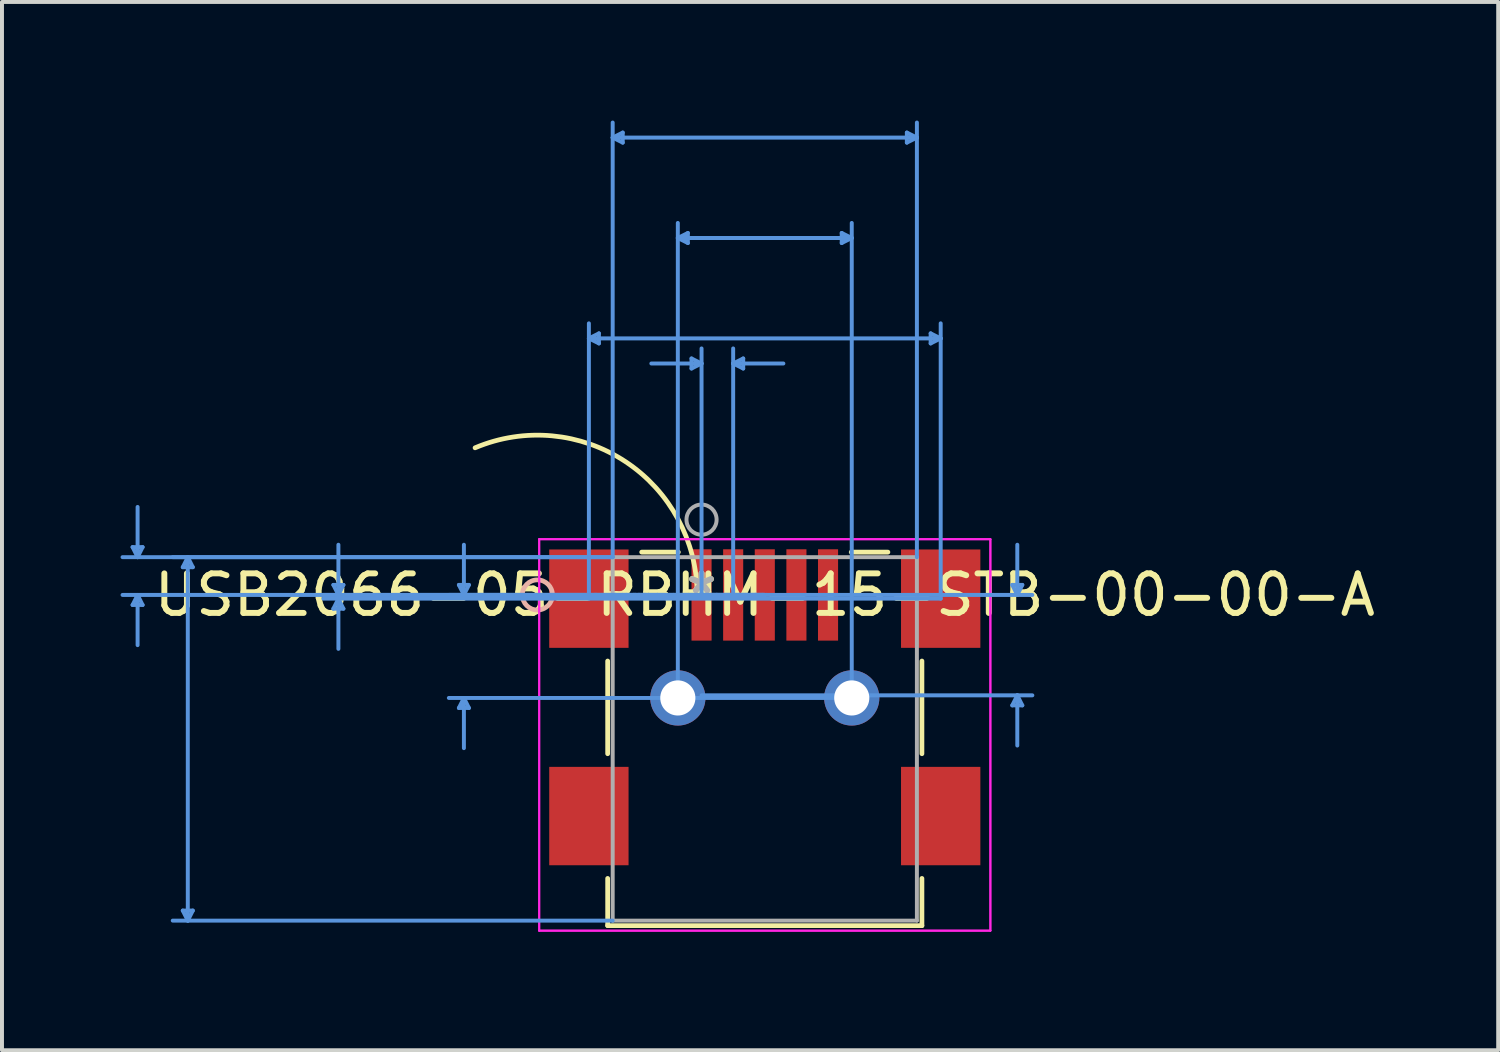
<source format=kicad_pcb>
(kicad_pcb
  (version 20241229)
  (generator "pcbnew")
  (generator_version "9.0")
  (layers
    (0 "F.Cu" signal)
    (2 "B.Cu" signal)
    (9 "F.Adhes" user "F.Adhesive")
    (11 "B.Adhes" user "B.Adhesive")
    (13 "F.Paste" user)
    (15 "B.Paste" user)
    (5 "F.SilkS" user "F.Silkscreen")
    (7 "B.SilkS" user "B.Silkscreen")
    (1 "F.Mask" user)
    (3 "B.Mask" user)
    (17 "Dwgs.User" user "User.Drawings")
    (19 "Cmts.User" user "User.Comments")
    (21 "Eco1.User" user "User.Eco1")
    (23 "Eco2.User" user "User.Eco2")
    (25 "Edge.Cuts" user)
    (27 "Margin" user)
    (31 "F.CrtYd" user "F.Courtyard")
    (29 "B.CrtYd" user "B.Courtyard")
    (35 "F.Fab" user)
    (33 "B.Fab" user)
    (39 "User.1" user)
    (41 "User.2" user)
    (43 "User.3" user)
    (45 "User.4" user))
  (footprint "USB2066-05-RBHM-15-STB-00-00-A"
    (layer "F.Cu")
    (at 14.698 12.001)
    (property "Reference" "USB2066-05-RBHM-15-STB-00-00-A" (at 1.6 0 0) (layer "F.SilkS") (effects (font (size 1 1) (thickness 0.15))))
    (attr through_hole)
    (fp_line (start -2.375 1.672) (end -2.375 4.017) (stroke (width 0.12) (type solid)) (layer "F.SilkS"))
    (fp_line (start -2.375 7.172) (end -2.375 8.366) (stroke (width 0.12) (type solid)) (layer "F.SilkS"))
    (fp_line (start -2.375 8.366) (end 5.575 8.366) (stroke (width 0.12) (type solid)) (layer "F.SilkS"))
    (fp_line (start -0.587 -1.083) (end -1.514 -1.083) (stroke (width 0.12) (type solid)) (layer "F.SilkS"))
    (fp_line (start 4.714 -1.083) (end 3.787 -1.083) (stroke (width 0.12) (type solid)) (layer "F.SilkS"))
    (fp_line (start 5.575 4.017) (end 5.575 1.672) (stroke (width 0.12) (type solid)) (layer "F.SilkS"))
    (fp_line (start 5.575 8.366) (end 5.575 7.172) (stroke (width 0.12) (type solid)) (layer "F.SilkS"))
    (fp_arc (start -5.729337 -3.722283) (mid -1.923936 -3.372053) (end -0.110842 -0.008062) (stroke (width 0.12) (type solid)) (layer "F.SilkS"))
    (fp_circle (center -4.153 0) (end -3.772 0) (stroke (width 0.12) (type solid)) (fill no) (layer "B.SilkS"))
    (fp_line (start -14.394 -1.21) (end -14.14 -1.21) (stroke (width 0.1) (type solid)) (layer "Cmts.User"))
    (fp_line (start -14.394 0.254) (end -14.14 0.254) (stroke (width 0.1) (type solid)) (layer "Cmts.User"))
    (fp_line (start -14.267 -0.956) (end -14.394 -1.21) (stroke (width 0.1) (type solid)) (layer "Cmts.User"))
    (fp_line (start -14.267 -0.956) (end -14.267 -2.226) (stroke (width 0.1) (type solid)) (layer "Cmts.User"))
    (fp_line (start -14.267 -0.956) (end -14.14 -1.21) (stroke (width 0.1) (type solid)) (layer "Cmts.User"))
    (fp_line (start -14.267 0) (end -14.394 0.254) (stroke (width 0.1) (type solid)) (layer "Cmts.User"))
    (fp_line (start -14.267 0) (end -14.267 1.27) (stroke (width 0.1) (type solid)) (layer "Cmts.User"))
    (fp_line (start -14.267 0) (end -14.14 0.254) (stroke (width 0.1) (type solid)) (layer "Cmts.User"))
    (fp_line (start -13.124 -0.702) (end -12.87 -0.702) (stroke (width 0.1) (type solid)) (layer "Cmts.User"))
    (fp_line (start -13.124 7.985) (end -12.87 7.985) (stroke (width 0.1) (type solid)) (layer "Cmts.User"))
    (fp_line (start -12.997 -0.956) (end -13.124 -0.702) (stroke (width 0.1) (type solid)) (layer "Cmts.User"))
    (fp_line (start -12.997 -0.956) (end -12.997 8.239) (stroke (width 0.1) (type solid)) (layer "Cmts.User"))
    (fp_line (start -12.997 -0.956) (end -12.87 -0.702) (stroke (width 0.1) (type solid)) (layer "Cmts.User"))
    (fp_line (start -12.997 8.239) (end -13.124 7.985) (stroke (width 0.1) (type solid)) (layer "Cmts.User"))
    (fp_line (start -12.997 8.239) (end -12.87 7.985) (stroke (width 0.1) (type solid)) (layer "Cmts.User"))
    (fp_line (start -9.314 -0.254) (end -9.06 -0.254) (stroke (width 0.1) (type solid)) (layer "Cmts.User"))
    (fp_line (start -9.314 0.348) (end -9.06 0.348) (stroke (width 0.1) (type solid)) (layer "Cmts.User"))
    (fp_line (start -9.187 0) (end -9.314 -0.254) (stroke (width 0.1) (type solid)) (layer "Cmts.User"))
    (fp_line (start -9.187 0) (end -9.187 -1.27) (stroke (width 0.1) (type solid)) (layer "Cmts.User"))
    (fp_line (start -9.187 0) (end -9.06 -0.254) (stroke (width 0.1) (type solid)) (layer "Cmts.User"))
    (fp_line (start -9.187 0.094) (end -9.314 0.348) (stroke (width 0.1) (type solid)) (layer "Cmts.User"))
    (fp_line (start -9.187 0.094) (end -9.187 1.364) (stroke (width 0.1) (type solid)) (layer "Cmts.User"))
    (fp_line (start -9.187 0.094) (end -9.06 0.348) (stroke (width 0.1) (type solid)) (layer "Cmts.User"))
    (fp_line (start -6.139 -0.254) (end -5.885 -0.254) (stroke (width 0.1) (type solid)) (layer "Cmts.User"))
    (fp_line (start -6.139 2.86) (end -5.885 2.86) (stroke (width 0.1) (type solid)) (layer "Cmts.User"))
    (fp_line (start -6.012 0) (end -6.139 -0.254) (stroke (width 0.1) (type solid)) (layer "Cmts.User"))
    (fp_line (start -6.012 0) (end -6.012 -1.27) (stroke (width 0.1) (type solid)) (layer "Cmts.User"))
    (fp_line (start -6.012 0) (end -5.885 -0.254) (stroke (width 0.1) (type solid)) (layer "Cmts.User"))
    (fp_line (start -6.012 2.606) (end -6.139 2.86) (stroke (width 0.1) (type solid)) (layer "Cmts.User"))
    (fp_line (start -6.012 2.606) (end -6.012 3.876) (stroke (width 0.1) (type solid)) (layer "Cmts.User"))
    (fp_line (start -6.012 2.606) (end -5.885 2.86) (stroke (width 0.1) (type solid)) (layer "Cmts.User"))
    (fp_line (start -2.85 -6.49) (end -2.596 -6.617) (stroke (width 0.1) (type solid)) (layer "Cmts.User"))
    (fp_line (start -2.85 -6.49) (end -2.596 -6.363) (stroke (width 0.1) (type solid)) (layer "Cmts.User"))
    (fp_line (start -2.85 -6.49) (end 6.05 -6.49) (stroke (width 0.1) (type solid)) (layer "Cmts.User"))
    (fp_line (start -2.85 0.094) (end -2.85 -6.871) (stroke (width 0.1) (type solid)) (layer "Cmts.User"))
    (fp_line (start -2.596 -6.617) (end -2.596 -6.363) (stroke (width 0.1) (type solid)) (layer "Cmts.User"))
    (fp_line (start -2.248 -11.57) (end -1.994 -11.697) (stroke (width 0.1) (type solid)) (layer "Cmts.User"))
    (fp_line (start -2.248 -11.57) (end -1.994 -11.443) (stroke (width 0.1) (type solid)) (layer "Cmts.User"))
    (fp_line (start -2.248 -11.57) (end 5.448 -11.57) (stroke (width 0.1) (type solid)) (layer "Cmts.User"))
    (fp_line (start -2.248 -0.956) (end -14.648 -0.956) (stroke (width 0.1) (type solid)) (layer "Cmts.User"))
    (fp_line (start -2.248 -0.956) (end -13.378 -0.956) (stroke (width 0.1) (type solid)) (layer "Cmts.User"))
    (fp_line (start -2.248 -0.956) (end -2.248 -11.951) (stroke (width 0.1) (type solid)) (layer "Cmts.User"))
    (fp_line (start -2.248 8.239) (end -13.378 8.239) (stroke (width 0.1) (type solid)) (layer "Cmts.User"))
    (fp_line (start -1.994 -11.697) (end -1.994 -11.443) (stroke (width 0.1) (type solid)) (layer "Cmts.User"))
    (fp_line (start -0.6 -9.03) (end -0.346 -9.157) (stroke (width 0.1) (type solid)) (layer "Cmts.User"))
    (fp_line (start -0.6 -9.03) (end -0.346 -8.903) (stroke (width 0.1) (type solid)) (layer "Cmts.User"))
    (fp_line (start -0.6 -9.03) (end 3.8 -9.03) (stroke (width 0.1) (type solid)) (layer "Cmts.User"))
    (fp_line (start -0.6 2.606) (end -0.6 -9.411) (stroke (width 0.1) (type solid)) (layer "Cmts.User"))
    (fp_line (start -0.346 -9.157) (end -0.346 -8.903) (stroke (width 0.1) (type solid)) (layer "Cmts.User"))
    (fp_line (start -0.254 -5.982) (end -0.254 -5.728) (stroke (width 0.1) (type solid)) (layer "Cmts.User"))
    (fp_line (start 0 -5.855) (end -1.27 -5.855) (stroke (width 0.1) (type solid)) (layer "Cmts.User"))
    (fp_line (start 0 -5.855) (end -0.254 -5.982) (stroke (width 0.1) (type solid)) (layer "Cmts.User"))
    (fp_line (start 0 -5.855) (end -0.254 -5.728) (stroke (width 0.1) (type solid)) (layer "Cmts.User"))
    (fp_line (start 0 0) (end 0 -6.236) (stroke (width 0.1) (type solid)) (layer "Cmts.User"))
    (fp_line (start 0 0) (end 8.369 0) (stroke (width 0.1) (type solid)) (layer "Cmts.User"))
    (fp_line (start 0 2.54) (end 8.369 2.54) (stroke (width 0.1) (type solid)) (layer "Cmts.User"))
    (fp_line (start 0.8 -5.855) (end 1.054 -5.982) (stroke (width 0.1) (type solid)) (layer "Cmts.User"))
    (fp_line (start 0.8 -5.855) (end 1.054 -5.728) (stroke (width 0.1) (type solid)) (layer "Cmts.User"))
    (fp_line (start 0.8 -5.855) (end 2.07 -5.855) (stroke (width 0.1) (type solid)) (layer "Cmts.User"))
    (fp_line (start 0.8 0) (end 0.8 -6.236) (stroke (width 0.1) (type solid)) (layer "Cmts.User"))
    (fp_line (start 1.054 -5.982) (end 1.054 -5.728) (stroke (width 0.1) (type solid)) (layer "Cmts.User"))
    (fp_line (start 1.6 0) (end -14.648 0) (stroke (width 0.1) (type solid)) (layer "Cmts.User"))
    (fp_line (start 1.6 0) (end -9.568 0) (stroke (width 0.1) (type solid)) (layer "Cmts.User"))
    (fp_line (start 1.6 0) (end -6.393 0) (stroke (width 0.1) (type solid)) (layer "Cmts.User"))
    (fp_line (start 3.546 -9.157) (end 3.546 -8.903) (stroke (width 0.1) (type solid)) (layer "Cmts.User"))
    (fp_line (start 3.8 -9.03) (end 3.546 -9.157) (stroke (width 0.1) (type solid)) (layer "Cmts.User"))
    (fp_line (start 3.8 -9.03) (end 3.546 -8.903) (stroke (width 0.1) (type solid)) (layer "Cmts.User"))
    (fp_line (start 3.8 2.606) (end -6.393 2.606) (stroke (width 0.1) (type solid)) (layer "Cmts.User"))
    (fp_line (start 3.8 2.606) (end 3.8 -9.411) (stroke (width 0.1) (type solid)) (layer "Cmts.User"))
    (fp_line (start 5.194 -11.697) (end 5.194 -11.443) (stroke (width 0.1) (type solid)) (layer "Cmts.User"))
    (fp_line (start 5.448 -11.57) (end 5.194 -11.697) (stroke (width 0.1) (type solid)) (layer "Cmts.User"))
    (fp_line (start 5.448 -11.57) (end 5.194 -11.443) (stroke (width 0.1) (type solid)) (layer "Cmts.User"))
    (fp_line (start 5.448 -0.956) (end 5.448 -11.951) (stroke (width 0.1) (type solid)) (layer "Cmts.User"))
    (fp_line (start 5.796 -6.617) (end 5.796 -6.363) (stroke (width 0.1) (type solid)) (layer "Cmts.User"))
    (fp_line (start 6.05 -6.49) (end 5.796 -6.617) (stroke (width 0.1) (type solid)) (layer "Cmts.User"))
    (fp_line (start 6.05 -6.49) (end 5.796 -6.363) (stroke (width 0.1) (type solid)) (layer "Cmts.User"))
    (fp_line (start 6.05 0.094) (end -9.568 0.094) (stroke (width 0.1) (type solid)) (layer "Cmts.User"))
    (fp_line (start 6.05 0.094) (end 6.05 -6.871) (stroke (width 0.1) (type solid)) (layer "Cmts.User"))
    (fp_line (start 7.861 -0.254) (end 8.115 -0.254) (stroke (width 0.1) (type solid)) (layer "Cmts.User"))
    (fp_line (start 7.861 2.794) (end 8.115 2.794) (stroke (width 0.1) (type solid)) (layer "Cmts.User"))
    (fp_line (start 7.988 0) (end 7.861 -0.254) (stroke (width 0.1) (type solid)) (layer "Cmts.User"))
    (fp_line (start 7.988 0) (end 7.988 -1.27) (stroke (width 0.1) (type solid)) (layer "Cmts.User"))
    (fp_line (start 7.988 0) (end 8.115 -0.254) (stroke (width 0.1) (type solid)) (layer "Cmts.User"))
    (fp_line (start 7.988 2.54) (end 7.861 2.794) (stroke (width 0.1) (type solid)) (layer "Cmts.User"))
    (fp_line (start 7.988 2.54) (end 7.988 3.81) (stroke (width 0.1) (type solid)) (layer "Cmts.User"))
    (fp_line (start 7.988 2.54) (end 8.115 2.794) (stroke (width 0.1) (type solid)) (layer "Cmts.User"))
    (fp_line (start -4.107 -1.41) (end -4.107 8.493) (stroke (width 0.05) (type solid)) (layer "F.CrtYd"))
    (fp_line (start -4.107 -1.41) (end -4.107 8.493) (stroke (width 0.05) (type solid)) (layer "F.CrtYd"))
    (fp_line (start -4.107 8.493) (end 7.307 8.493) (stroke (width 0.05) (type solid)) (layer "F.CrtYd"))
    (fp_line (start -4.107 8.493) (end 7.307 8.493) (stroke (width 0.05) (type solid)) (layer "F.CrtYd"))
    (fp_line (start 7.307 -1.41) (end -4.107 -1.41) (stroke (width 0.05) (type solid)) (layer "F.CrtYd"))
    (fp_line (start 7.307 -1.41) (end -4.107 -1.41) (stroke (width 0.05) (type solid)) (layer "F.CrtYd"))
    (fp_line (start 7.307 8.493) (end 7.307 -1.41) (stroke (width 0.05) (type solid)) (layer "F.CrtYd"))
    (fp_line (start 7.307 8.493) (end 7.307 -1.41) (stroke (width 0.05) (type solid)) (layer "F.CrtYd"))
    (fp_line (start -2.248 -0.956) (end -2.248 8.239) (stroke (width 0.1) (type solid)) (layer "F.Fab"))
    (fp_line (start -2.248 8.239) (end 5.448 8.239) (stroke (width 0.1) (type solid)) (layer "F.Fab"))
    (fp_line (start 5.448 -0.956) (end -2.248 -0.956) (stroke (width 0.1) (type solid)) (layer "F.Fab"))
    (fp_line (start 5.448 8.239) (end 5.448 -0.956) (stroke (width 0.1) (type solid)) (layer "F.Fab"))
    (fp_circle (center 0 -1.905) (end 0.381 -1.905) (stroke (width 0.1) (type solid)) (fill no) (layer "F.Fab"))
    (fp_text user "*" (at 0 0 0) (layer "F.SilkS") (effects (font (size 1 1) (thickness 0.15))))
    (fp_text user "Copyright 2021 Accelerated Designs. All rights reserved." (at 0 0 0) (layer "Cmts.User") (effects (font (size 0.127 0.127) (thickness 0.002))))
    (fp_text user "*" (at 0 0 0) (layer "F.Fab") (effects (font (size 1 1) (thickness 0.15))))
    (pad "1" smd rect (at 0 0) (size 0.508 2.311) (layers "F.Cu" "F.Mask" "F.Paste"))
    (pad "2" smd rect (at 0.8 0) (size 0.508 2.311) (layers "F.Cu" "F.Mask" "F.Paste"))
    (pad "3" smd rect (at 1.6 0) (size 0.508 2.311) (layers "F.Cu" "F.Mask" "F.Paste"))
    (pad "4" smd rect (at 2.4 0) (size 0.508 2.311) (layers "F.Cu" "F.Mask" "F.Paste"))
    (pad "5" smd rect (at 3.2 0) (size 0.508 2.311) (layers "F.Cu" "F.Mask" "F.Paste"))
    (pad "6" thru_hole circle (at -0.6 2.606) (size 1.397 1.397) (drill 0.889) (layers "*.Cu" "*.Mask"))
    (pad "7" thru_hole circle (at 3.8 2.606) (size 1.397 1.397) (drill 0.889) (layers "*.Cu" "*.Mask"))
    (pad "8" smd rect (at -2.85 0.094) (size 2.007 2.489) (layers "F.Cu" "F.Mask" "F.Paste"))
    (pad "9" smd rect (at 6.05 0.094) (size 2.007 2.489) (layers "F.Cu" "F.Mask" "F.Paste"))
    (pad "10" smd rect (at -2.85 5.594) (size 2.007 2.489) (layers "F.Cu" "F.Mask" "F.Paste"))
    (pad "11" smd rect (at 6.05 5.594) (size 2.007 2.489) (layers "F.Cu" "F.Mask" "F.Paste")))
  (gr_rect
    (start -3 -3)
    (end 34.852 23.519)
    (stroke (width 0.1) (type default))
    (fill no)
    (layer "Edge.Cuts")))
</source>
